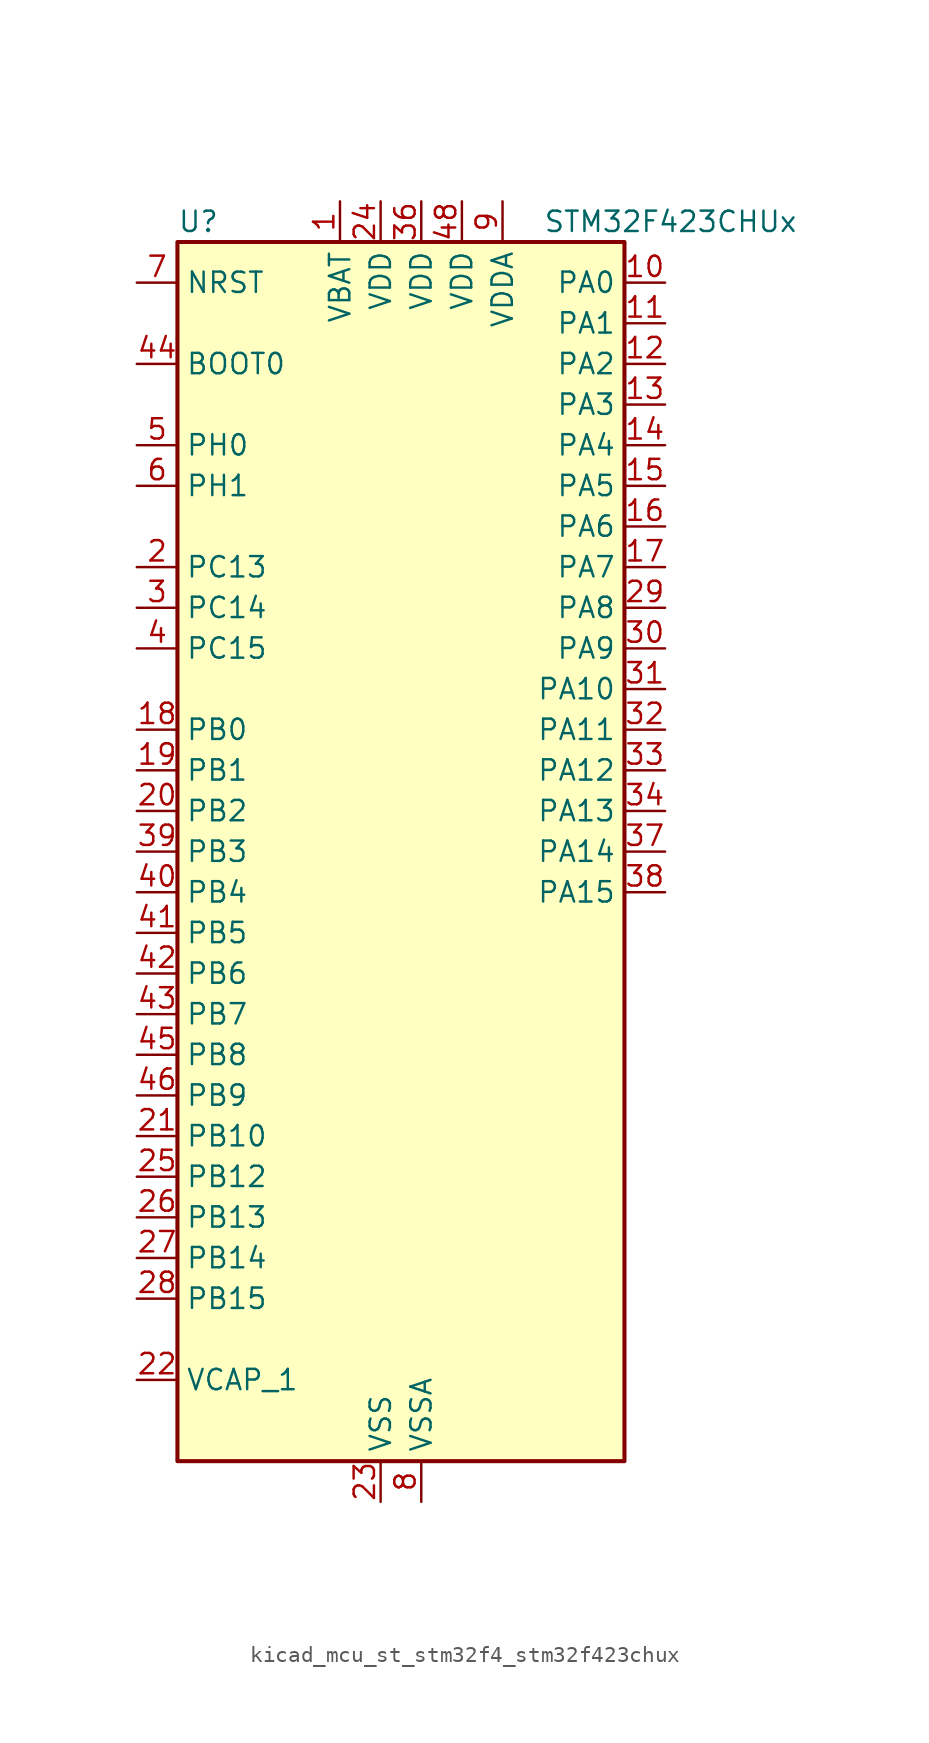
<source format=kicad_sym>
(kicad_symbol_lib
  (version 20220914)
  (generator kicad_symbol_editor)
  (symbol "kicad_mcu_st_stm32f4_stm32f423chux"
    (property "Reference" "U"
      (at -12.7 39.37 0)
      (effects (font (size 1.27 1.27)) (justify left)))
    (property "Value" "STM32F423CHUx"
      (at 10.16 39.37 0)
      (effects (font (size 1.27 1.27)) (justify left)))
    (property "ki_locked" ""
      (at 0 0 0)
      (effects (font (size 1.27 1.27))))
    (symbol "kicad_mcu_st_stm32f4_stm32f423chux_0_1"
      (rectangle (start -12.7 -38.1) (end 15.24 38.1) (stroke (width 0.254) (type default)) (fill (type background))))
    (symbol "kicad_mcu_st_stm32f4_stm32f423chux_1_1"
      (pin power_in line (at -2.54 40.64 270) (length 2.54) (name "VBAT" (effects (font (size 1.27 1.27)))) (number "1" (effects (font (size 1.27 1.27)))))
      (pin bidirectional line (at 17.78 35.56 180) (length 2.54) (name "PA0" (effects (font (size 1.27 1.27)))) (number "10" (effects (font (size 1.27 1.27)))) (alternate "ADC1_IN0" bidirectional line) (alternate "SYS_WKUP1" bidirectional line) (alternate "TIM2_CH1" bidirectional line) (alternate "TIM2_ETR" bidirectional line) (alternate "TIM5_CH1" bidirectional line) (alternate "TIM8_ETR" bidirectional line) (alternate "UART4_TX" bidirectional line) (alternate "USART2_CTS" bidirectional line))
      (pin bidirectional line (at 17.78 33.02 180) (length 2.54) (name "PA1" (effects (font (size 1.27 1.27)))) (number "11" (effects (font (size 1.27 1.27)))) (alternate "ADC1_IN1" bidirectional line) (alternate "I2S4_SD" bidirectional line) (alternate "SPI4_MOSI" bidirectional line) (alternate "TIM2_CH2" bidirectional line) (alternate "TIM5_CH2" bidirectional line) (alternate "UART4_RX" bidirectional line) (alternate "USART2_RTS" bidirectional line))
      (pin bidirectional line (at 17.78 30.48 180) (length 2.54) (name "PA2" (effects (font (size 1.27 1.27)))) (number "12" (effects (font (size 1.27 1.27)))) (alternate "ADC1_IN2" bidirectional line) (alternate "I2S_CKIN" bidirectional line) (alternate "TIM2_CH3" bidirectional line) (alternate "TIM5_CH3" bidirectional line) (alternate "TIM9_CH1" bidirectional line) (alternate "USART2_TX" bidirectional line))
      (pin bidirectional line (at 17.78 27.94 180) (length 2.54) (name "PA3" (effects (font (size 1.27 1.27)))) (number "13" (effects (font (size 1.27 1.27)))) (alternate "ADC1_IN3" bidirectional line) (alternate "I2S2_MCK" bidirectional line) (alternate "SAI1_SD_B" bidirectional line) (alternate "TIM2_CH4" bidirectional line) (alternate "TIM5_CH4" bidirectional line) (alternate "TIM9_CH2" bidirectional line) (alternate "USART2_RX" bidirectional line))
      (pin bidirectional line (at 17.78 25.4 180) (length 2.54) (name "PA4" (effects (font (size 1.27 1.27)))) (number "14" (effects (font (size 1.27 1.27)))) (alternate "ADC1_IN4" bidirectional line) (alternate "DAC_OUT1" bidirectional line) (alternate "DFSDM1_DATIN1" bidirectional line) (alternate "I2S1_WS" bidirectional line) (alternate "I2S3_WS" bidirectional line) (alternate "SPI1_NSS" bidirectional line) (alternate "SPI3_NSS" bidirectional line) (alternate "USART2_CK" bidirectional line))
      (pin bidirectional line (at 17.78 22.86 180) (length 2.54) (name "PA5" (effects (font (size 1.27 1.27)))) (number "15" (effects (font (size 1.27 1.27)))) (alternate "ADC1_IN5" bidirectional line) (alternate "DAC_OUT2" bidirectional line) (alternate "DFSDM1_CKIN1" bidirectional line) (alternate "I2S1_CK" bidirectional line) (alternate "SPI1_SCK" bidirectional line) (alternate "TIM2_CH1" bidirectional line) (alternate "TIM2_ETR" bidirectional line) (alternate "TIM8_CH1N" bidirectional line))
      (pin bidirectional line (at 17.78 20.32 180) (length 2.54) (name "PA6" (effects (font (size 1.27 1.27)))) (number "16" (effects (font (size 1.27 1.27)))) (alternate "ADC1_IN6" bidirectional line) (alternate "DFSDM2_CKIN1" bidirectional line) (alternate "I2S2_MCK" bidirectional line) (alternate "SDIO_CMD" bidirectional line) (alternate "SPI1_MISO" bidirectional line) (alternate "TIM13_CH1" bidirectional line) (alternate "TIM1_BKIN" bidirectional line) (alternate "TIM3_CH1" bidirectional line) (alternate "TIM8_BKIN" bidirectional line))
      (pin bidirectional line (at 17.78 17.78 180) (length 2.54) (name "PA7" (effects (font (size 1.27 1.27)))) (number "17" (effects (font (size 1.27 1.27)))) (alternate "ADC1_IN7" bidirectional line) (alternate "DFSDM2_DATIN1" bidirectional line) (alternate "I2S1_SD" bidirectional line) (alternate "SPI1_MOSI" bidirectional line) (alternate "TIM14_CH1" bidirectional line) (alternate "TIM1_CH1N" bidirectional line) (alternate "TIM3_CH2" bidirectional line) (alternate "TIM8_CH1N" bidirectional line))
      (pin bidirectional line (at -15.24 7.62 0) (length 2.54) (name "PB0" (effects (font (size 1.27 1.27)))) (number "18" (effects (font (size 1.27 1.27)))) (alternate "ADC1_IN8" bidirectional line) (alternate "I2S5_CK" bidirectional line) (alternate "SPI5_SCK" bidirectional line) (alternate "TIM1_CH2N" bidirectional line) (alternate "TIM3_CH3" bidirectional line) (alternate "TIM8_CH2N" bidirectional line))
      (pin bidirectional line (at -15.24 5.08 0) (length 2.54) (name "PB1" (effects (font (size 1.27 1.27)))) (number "19" (effects (font (size 1.27 1.27)))) (alternate "ADC1_IN9" bidirectional line) (alternate "DFSDM1_DATIN0" bidirectional line) (alternate "I2S5_WS" bidirectional line) (alternate "SPI5_NSS" bidirectional line) (alternate "TIM1_CH3N" bidirectional line) (alternate "TIM3_CH4" bidirectional line) (alternate "TIM8_CH3N" bidirectional line))
      (pin bidirectional line (at -15.24 17.78 0) (length 2.54) (name "PC13" (effects (font (size 1.27 1.27)))) (number "2" (effects (font (size 1.27 1.27)))) (alternate "RTC_AF1" bidirectional line))
      (pin bidirectional line (at -15.24 2.54 0) (length 2.54) (name "PB2" (effects (font (size 1.27 1.27)))) (number "20" (effects (font (size 1.27 1.27)))) (alternate "DFSDM1_CKIN0" bidirectional line) (alternate "LPTIM1_OUT" bidirectional line))
      (pin bidirectional line (at -15.24 -17.78 0) (length 2.54) (name "PB10" (effects (font (size 1.27 1.27)))) (number "21" (effects (font (size 1.27 1.27)))) (alternate "DFSDM2_CKOUT" bidirectional line) (alternate "FMPI2C1_SCL" bidirectional line) (alternate "I2C2_SCL" bidirectional line) (alternate "I2S2_CK" bidirectional line) (alternate "I2S3_MCK" bidirectional line) (alternate "SDIO_D7" bidirectional line) (alternate "SPI2_SCK" bidirectional line) (alternate "TIM2_CH3" bidirectional line))
      (pin power_out line (at -15.24 -33.02 0) (length 2.54) (name "VCAP_1" (effects (font (size 1.27 1.27)))) (number "22" (effects (font (size 1.27 1.27)))))
      (pin power_in line (at 0 -40.64 90) (length 2.54) (name "VSS" (effects (font (size 1.27 1.27)))) (number "23" (effects (font (size 1.27 1.27)))))
      (pin power_in line (at 0 40.64 270) (length 2.54) (name "VDD" (effects (font (size 1.27 1.27)))) (number "24" (effects (font (size 1.27 1.27)))))
      (pin bidirectional line (at -15.24 -20.32 0) (length 2.54) (name "PB12" (effects (font (size 1.27 1.27)))) (number "25" (effects (font (size 1.27 1.27)))) (alternate "CAN2_RX" bidirectional line) (alternate "DFSDM1_DATIN1" bidirectional line) (alternate "I2C2_SMBA" bidirectional line) (alternate "I2S2_WS" bidirectional line) (alternate "I2S3_CK" bidirectional line) (alternate "I2S4_WS" bidirectional line) (alternate "SPI2_NSS" bidirectional line) (alternate "SPI3_SCK" bidirectional line) (alternate "SPI4_NSS" bidirectional line) (alternate "TIM1_BKIN" bidirectional line) (alternate "UART5_RX" bidirectional line))
      (pin bidirectional line (at -15.24 -22.86 0) (length 2.54) (name "PB13" (effects (font (size 1.27 1.27)))) (number "26" (effects (font (size 1.27 1.27)))) (alternate "CAN2_TX" bidirectional line) (alternate "DFSDM1_CKIN1" bidirectional line) (alternate "FMPI2C1_SMBA" bidirectional line) (alternate "I2S2_CK" bidirectional line) (alternate "I2S4_CK" bidirectional line) (alternate "SPI2_SCK" bidirectional line) (alternate "SPI4_SCK" bidirectional line) (alternate "TIM1_CH1N" bidirectional line) (alternate "UART5_TX" bidirectional line))
      (pin bidirectional line (at -15.24 -25.4 0) (length 2.54) (name "PB14" (effects (font (size 1.27 1.27)))) (number "27" (effects (font (size 1.27 1.27)))) (alternate "DFSDM1_DATIN2" bidirectional line) (alternate "FMPI2C1_SDA" bidirectional line) (alternate "I2S2_ext_SD" bidirectional line) (alternate "SDIO_D6" bidirectional line) (alternate "SPI2_MISO" bidirectional line) (alternate "TIM12_CH1" bidirectional line) (alternate "TIM1_CH2N" bidirectional line) (alternate "TIM8_CH2N" bidirectional line))
      (pin bidirectional line (at -15.24 -27.94 0) (length 2.54) (name "PB15" (effects (font (size 1.27 1.27)))) (number "28" (effects (font (size 1.27 1.27)))) (alternate "ADC1_EXTI15" bidirectional line) (alternate "DFSDM1_CKIN2" bidirectional line) (alternate "FMPI2C1_SCL" bidirectional line) (alternate "I2S2_SD" bidirectional line) (alternate "RTC_REFIN" bidirectional line) (alternate "SDIO_CK" bidirectional line) (alternate "SPI2_MOSI" bidirectional line) (alternate "TIM12_CH2" bidirectional line) (alternate "TIM1_CH3N" bidirectional line) (alternate "TIM8_CH3N" bidirectional line))
      (pin bidirectional line (at 17.78 15.24 180) (length 2.54) (name "PA8" (effects (font (size 1.27 1.27)))) (number "29" (effects (font (size 1.27 1.27)))) (alternate "CAN3_RX" bidirectional line) (alternate "DFSDM1_CKOUT" bidirectional line) (alternate "I2C3_SCL" bidirectional line) (alternate "RCC_MCO_1" bidirectional line) (alternate "SDIO_D1" bidirectional line) (alternate "TIM1_CH1" bidirectional line) (alternate "UART7_RX" bidirectional line) (alternate "USART1_CK" bidirectional line) (alternate "USB_OTG_FS_SOF" bidirectional line))
      (pin bidirectional line (at -15.24 15.24 0) (length 2.54) (name "PC14" (effects (font (size 1.27 1.27)))) (number "3" (effects (font (size 1.27 1.27)))) (alternate "RCC_OSC32_IN" bidirectional line))
      (pin bidirectional line (at 17.78 12.7 180) (length 2.54) (name "PA9" (effects (font (size 1.27 1.27)))) (number "30" (effects (font (size 1.27 1.27)))) (alternate "DAC_EXTI9" bidirectional line) (alternate "DFSDM2_CKIN3" bidirectional line) (alternate "I2C3_SMBA" bidirectional line) (alternate "I2S2_CK" bidirectional line) (alternate "SDIO_D2" bidirectional line) (alternate "SPI2_SCK" bidirectional line) (alternate "TIM1_CH2" bidirectional line) (alternate "USART1_TX" bidirectional line) (alternate "USB_OTG_FS_VBUS" bidirectional line))
      (pin bidirectional line (at 17.78 10.16 180) (length 2.54) (name "PA10" (effects (font (size 1.27 1.27)))) (number "31" (effects (font (size 1.27 1.27)))) (alternate "DFSDM2_DATIN3" bidirectional line) (alternate "I2S2_SD" bidirectional line) (alternate "I2S5_SD" bidirectional line) (alternate "SPI2_MOSI" bidirectional line) (alternate "SPI5_MOSI" bidirectional line) (alternate "TIM1_CH3" bidirectional line) (alternate "USART1_RX" bidirectional line) (alternate "USB_OTG_FS_ID" bidirectional line))
      (pin bidirectional line (at 17.78 7.62 180) (length 2.54) (name "PA11" (effects (font (size 1.27 1.27)))) (number "32" (effects (font (size 1.27 1.27)))) (alternate "ADC1_EXTI11" bidirectional line) (alternate "CAN1_RX" bidirectional line) (alternate "DFSDM2_CKIN5" bidirectional line) (alternate "I2S2_WS" bidirectional line) (alternate "SPI2_NSS" bidirectional line) (alternate "SPI4_MISO" bidirectional line) (alternate "TIM1_CH4" bidirectional line) (alternate "UART4_RX" bidirectional line) (alternate "USART1_CTS" bidirectional line) (alternate "USART6_TX" bidirectional line) (alternate "USB_OTG_FS_DM" bidirectional line))
      (pin bidirectional line (at 17.78 5.08 180) (length 2.54) (name "PA12" (effects (font (size 1.27 1.27)))) (number "33" (effects (font (size 1.27 1.27)))) (alternate "CAN1_TX" bidirectional line) (alternate "DFSDM2_DATIN5" bidirectional line) (alternate "SPI2_MISO" bidirectional line) (alternate "SPI5_MISO" bidirectional line) (alternate "TIM1_ETR" bidirectional line) (alternate "UART4_TX" bidirectional line) (alternate "USART1_RTS" bidirectional line) (alternate "USART6_RX" bidirectional line) (alternate "USB_OTG_FS_DP" bidirectional line))
      (pin bidirectional line (at 17.78 2.54 180) (length 2.54) (name "PA13" (effects (font (size 1.27 1.27)))) (number "34" (effects (font (size 1.27 1.27)))) (alternate "SYS_JTMS-SWDIO" bidirectional line))
      (pin passive line (at 0 -40.64 90) (length 2.54) hide (name "VSS" (effects (font (size 1.27 1.27)))) (number "35" (effects (font (size 1.27 1.27)))))
      (pin power_in line (at 2.54 40.64 270) (length 2.54) (name "VDD" (effects (font (size 1.27 1.27)))) (number "36" (effects (font (size 1.27 1.27)))))
      (pin bidirectional line (at 17.78 0 180) (length 2.54) (name "PA14" (effects (font (size 1.27 1.27)))) (number "37" (effects (font (size 1.27 1.27)))) (alternate "SYS_JTCK-SWCLK" bidirectional line))
      (pin bidirectional line (at 17.78 -2.54 180) (length 2.54) (name "PA15" (effects (font (size 1.27 1.27)))) (number "38" (effects (font (size 1.27 1.27)))) (alternate "ADC1_EXTI15" bidirectional line) (alternate "CAN3_TX" bidirectional line) (alternate "I2S1_WS" bidirectional line) (alternate "I2S3_WS" bidirectional line) (alternate "SAI1_MCLK_A" bidirectional line) (alternate "SPI1_NSS" bidirectional line) (alternate "SPI3_NSS" bidirectional line) (alternate "SYS_JTDI" bidirectional line) (alternate "TIM2_CH1" bidirectional line) (alternate "TIM2_ETR" bidirectional line) (alternate "UART7_TX" bidirectional line) (alternate "USART1_TX" bidirectional line))
      (pin bidirectional line (at -15.24 0 0) (length 2.54) (name "PB3" (effects (font (size 1.27 1.27)))) (number "39" (effects (font (size 1.27 1.27)))) (alternate "CAN3_RX" bidirectional line) (alternate "FMPI2C1_SDA" bidirectional line) (alternate "I2C2_SDA" bidirectional line) (alternate "I2S1_CK" bidirectional line) (alternate "I2S3_CK" bidirectional line) (alternate "SAI1_SD_A" bidirectional line) (alternate "SPI1_SCK" bidirectional line) (alternate "SPI3_SCK" bidirectional line) (alternate "SYS_JTDO-SWO" bidirectional line) (alternate "TIM2_CH2" bidirectional line) (alternate "UART7_RX" bidirectional line) (alternate "USART1_RX" bidirectional line))
      (pin bidirectional line (at -15.24 12.7 0) (length 2.54) (name "PC15" (effects (font (size 1.27 1.27)))) (number "4" (effects (font (size 1.27 1.27)))) (alternate "ADC1_EXTI15" bidirectional line) (alternate "RCC_OSC32_OUT" bidirectional line))
      (pin bidirectional line (at -15.24 -2.54 0) (length 2.54) (name "PB4" (effects (font (size 1.27 1.27)))) (number "40" (effects (font (size 1.27 1.27)))) (alternate "CAN3_TX" bidirectional line) (alternate "I2C3_SDA" bidirectional line) (alternate "I2S3_ext_SD" bidirectional line) (alternate "SAI1_SCK_A" bidirectional line) (alternate "SDIO_D0" bidirectional line) (alternate "SPI1_MISO" bidirectional line) (alternate "SPI3_MISO" bidirectional line) (alternate "SYS_JTRST" bidirectional line) (alternate "TIM3_CH1" bidirectional line) (alternate "UART7_TX" bidirectional line))
      (pin bidirectional line (at -15.24 -5.08 0) (length 2.54) (name "PB5" (effects (font (size 1.27 1.27)))) (number "41" (effects (font (size 1.27 1.27)))) (alternate "CAN2_RX" bidirectional line) (alternate "I2C1_SMBA" bidirectional line) (alternate "I2S1_SD" bidirectional line) (alternate "I2S3_SD" bidirectional line) (alternate "LPTIM1_IN1" bidirectional line) (alternate "SAI1_FS_A" bidirectional line) (alternate "SDIO_D3" bidirectional line) (alternate "SPI1_MOSI" bidirectional line) (alternate "SPI3_MOSI" bidirectional line) (alternate "TIM3_CH2" bidirectional line) (alternate "UART5_RX" bidirectional line))
      (pin bidirectional line (at -15.24 -7.62 0) (length 2.54) (name "PB6" (effects (font (size 1.27 1.27)))) (number "42" (effects (font (size 1.27 1.27)))) (alternate "CAN2_TX" bidirectional line) (alternate "DFSDM2_CKIN7" bidirectional line) (alternate "I2C1_SCL" bidirectional line) (alternate "LPTIM1_ETR" bidirectional line) (alternate "SDIO_D0" bidirectional line) (alternate "TIM4_CH1" bidirectional line) (alternate "UART5_TX" bidirectional line) (alternate "USART1_TX" bidirectional line))
      (pin bidirectional line (at -15.24 -10.16 0) (length 2.54) (name "PB7" (effects (font (size 1.27 1.27)))) (number "43" (effects (font (size 1.27 1.27)))) (alternate "DFSDM2_DATIN7" bidirectional line) (alternate "I2C1_SDA" bidirectional line) (alternate "LPTIM1_IN2" bidirectional line) (alternate "TIM4_CH2" bidirectional line) (alternate "USART1_RX" bidirectional line))
      (pin input line (at -15.24 30.48 0) (length 2.54) (name "BOOT0" (effects (font (size 1.27 1.27)))) (number "44" (effects (font (size 1.27 1.27)))))
      (pin bidirectional line (at -15.24 -12.7 0) (length 2.54) (name "PB8" (effects (font (size 1.27 1.27)))) (number "45" (effects (font (size 1.27 1.27)))) (alternate "CAN1_RX" bidirectional line) (alternate "DFSDM2_CKIN1" bidirectional line) (alternate "I2C1_SCL" bidirectional line) (alternate "I2C3_SDA" bidirectional line) (alternate "I2S5_SD" bidirectional line) (alternate "LPTIM1_OUT" bidirectional line) (alternate "SDIO_D4" bidirectional line) (alternate "SPI5_MOSI" bidirectional line) (alternate "TIM10_CH1" bidirectional line) (alternate "TIM4_CH3" bidirectional line) (alternate "UART5_RX" bidirectional line))
      (pin bidirectional line (at -15.24 -15.24 0) (length 2.54) (name "PB9" (effects (font (size 1.27 1.27)))) (number "46" (effects (font (size 1.27 1.27)))) (alternate "CAN1_TX" bidirectional line) (alternate "DAC_EXTI9" bidirectional line) (alternate "DFSDM2_DATIN1" bidirectional line) (alternate "I2C1_SDA" bidirectional line) (alternate "I2C2_SDA" bidirectional line) (alternate "I2S2_WS" bidirectional line) (alternate "SDIO_D5" bidirectional line) (alternate "SPI2_NSS" bidirectional line) (alternate "TIM11_CH1" bidirectional line) (alternate "TIM4_CH4" bidirectional line) (alternate "UART5_TX" bidirectional line))
      (pin passive line (at 0 -40.64 90) (length 2.54) hide (name "VSS" (effects (font (size 1.27 1.27)))) (number "47" (effects (font (size 1.27 1.27)))))
      (pin power_in line (at 5.08 40.64 270) (length 2.54) (name "VDD" (effects (font (size 1.27 1.27)))) (number "48" (effects (font (size 1.27 1.27)))))
      (pin passive line (at 0 -40.64 90) (length 2.54) hide (name "VSS" (effects (font (size 1.27 1.27)))) (number "49" (effects (font (size 1.27 1.27)))))
      (pin bidirectional line (at -15.24 25.4 0) (length 2.54) (name "PH0" (effects (font (size 1.27 1.27)))) (number "5" (effects (font (size 1.27 1.27)))) (alternate "RCC_OSC_IN" bidirectional line))
      (pin bidirectional line (at -15.24 22.86 0) (length 2.54) (name "PH1" (effects (font (size 1.27 1.27)))) (number "6" (effects (font (size 1.27 1.27)))) (alternate "RCC_OSC_OUT" bidirectional line))
      (pin input line (at -15.24 35.56 0) (length 2.54) (name "NRST" (effects (font (size 1.27 1.27)))) (number "7" (effects (font (size 1.27 1.27)))))
      (pin power_in line (at 2.54 -40.64 90) (length 2.54) (name "VSSA" (effects (font (size 1.27 1.27)))) (number "8" (effects (font (size 1.27 1.27)))))
      (pin power_in line (at 7.62 40.64 270) (length 2.54) (name "VDDA" (effects (font (size 1.27 1.27)))) (number "9" (effects (font (size 1.27 1.27))))))))
</source>
